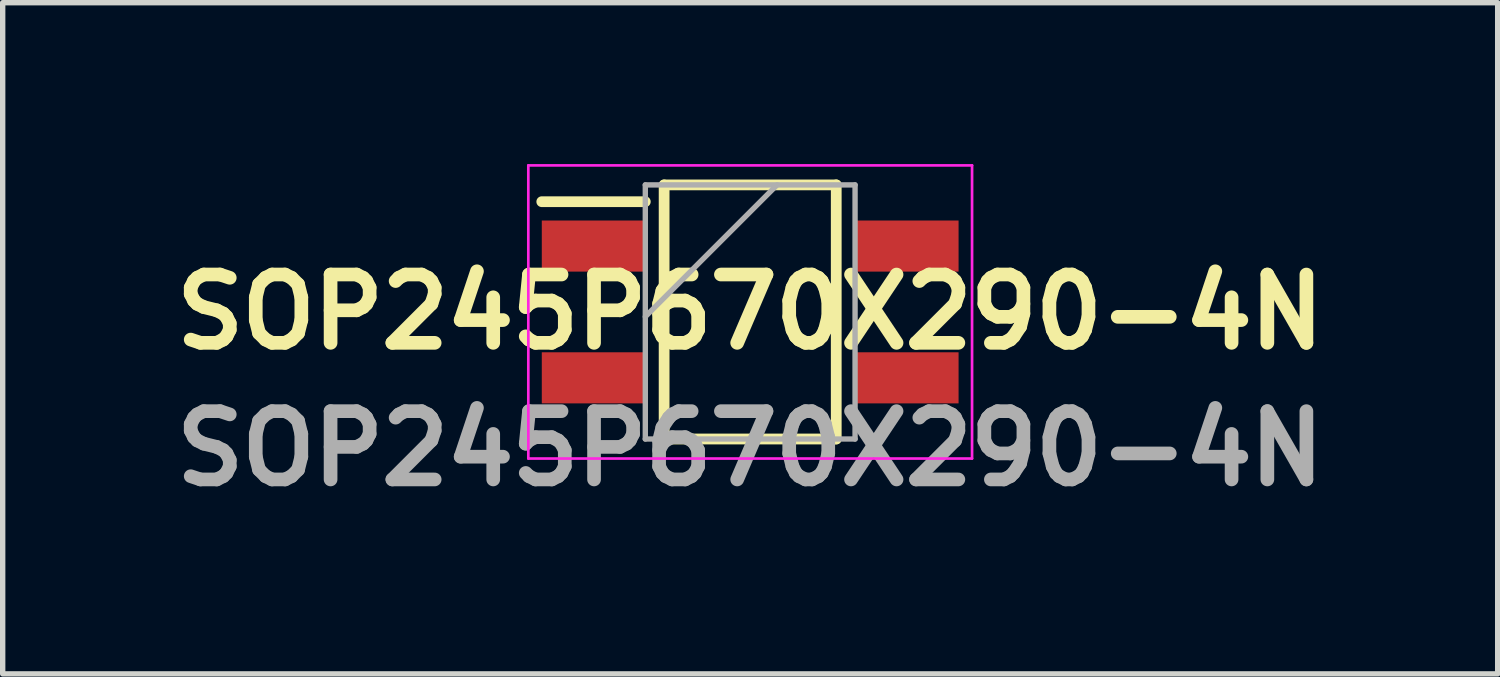
<source format=kicad_pcb>
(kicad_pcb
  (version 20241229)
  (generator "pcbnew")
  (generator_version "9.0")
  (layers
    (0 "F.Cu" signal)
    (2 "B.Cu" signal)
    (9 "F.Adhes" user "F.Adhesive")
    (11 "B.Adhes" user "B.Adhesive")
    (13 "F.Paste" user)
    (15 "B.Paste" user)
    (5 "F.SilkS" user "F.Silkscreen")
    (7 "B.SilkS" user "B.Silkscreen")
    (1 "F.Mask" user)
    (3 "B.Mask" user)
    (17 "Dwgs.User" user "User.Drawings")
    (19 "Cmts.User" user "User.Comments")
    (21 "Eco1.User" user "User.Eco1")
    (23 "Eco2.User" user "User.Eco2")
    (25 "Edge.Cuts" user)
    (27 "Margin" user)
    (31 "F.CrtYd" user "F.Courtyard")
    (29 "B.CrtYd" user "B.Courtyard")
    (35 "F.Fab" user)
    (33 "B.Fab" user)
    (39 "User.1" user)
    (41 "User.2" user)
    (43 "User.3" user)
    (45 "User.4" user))
  (footprint "SOP245P670X290-4N"
    (layer "F.Cu")
    (at 10.898 2.75)
    (property "Reference" "SOP245P670X290-4N" (at 0 0 0) (layer "F.SilkS") (effects (font (size 1.27 1.27) (thickness 0.254))))
    (attr smd)
    (fp_line (start -3.875 -2.05) (end -1.95 -2.05) (stroke (width 0.2) (type solid)) (layer "F.SilkS"))
    (fp_line (start -1.6 -2.362) (end 1.6 -2.362) (stroke (width 0.2) (type solid)) (layer "F.SilkS"))
    (fp_line (start -1.6 2.362) (end -1.6 -2.362) (stroke (width 0.2) (type solid)) (layer "F.SilkS"))
    (fp_line (start 1.6 -2.362) (end 1.6 2.362) (stroke (width 0.2) (type solid)) (layer "F.SilkS"))
    (fp_line (start 1.6 2.362) (end -1.6 2.362) (stroke (width 0.2) (type solid)) (layer "F.SilkS"))
    (fp_line (start -4.125 -2.725) (end 4.125 -2.725) (stroke (width 0.05) (type solid)) (layer "F.CrtYd"))
    (fp_line (start -4.125 2.725) (end -4.125 -2.725) (stroke (width 0.05) (type solid)) (layer "F.CrtYd"))
    (fp_line (start 4.125 -2.725) (end 4.125 2.725) (stroke (width 0.05) (type solid)) (layer "F.CrtYd"))
    (fp_line (start 4.125 2.725) (end -4.125 2.725) (stroke (width 0.05) (type solid)) (layer "F.CrtYd"))
    (fp_line (start -1.95 -2.362) (end 1.95 -2.362) (stroke (width 0.1) (type solid)) (layer "F.Fab"))
    (fp_line (start -1.95 0.088) (end 0.5 -2.362) (stroke (width 0.1) (type solid)) (layer "F.Fab"))
    (fp_line (start -1.95 2.362) (end -1.95 -2.362) (stroke (width 0.1) (type solid)) (layer "F.Fab"))
    (fp_line (start 1.95 -2.362) (end 1.95 2.362) (stroke (width 0.1) (type solid)) (layer "F.Fab"))
    (fp_line (start 1.95 2.362) (end -1.95 2.362) (stroke (width 0.1) (type solid)) (layer "F.Fab"))
    (fp_text user "${REFERENCE}" (at 0 2.54 0) (layer "F.Fab") (effects (font (size 1.27 1.27) (thickness 0.254))))
    (pad "1" smd rect (at -2.912 -1.225 90) (size 0.95 1.925) (layers "F.Cu" "F.Mask" "F.Paste"))
    (pad "2" smd rect (at -2.912 1.225 90) (size 0.95 1.925) (layers "F.Cu" "F.Mask" "F.Paste"))
    (pad "3" smd rect (at 2.912 1.225 90) (size 0.95 1.925) (layers "F.Cu" "F.Mask" "F.Paste"))
    (pad "4" smd rect (at 2.912 -1.225 90) (size 0.95 1.925) (layers "F.Cu" "F.Mask" "F.Paste")))
  (gr_rect
    (start -3 -3)
    (end 24.796 9.479)
    (stroke (width 0.1) (type default))
    (fill no)
    (layer "Edge.Cuts")))
</source>
